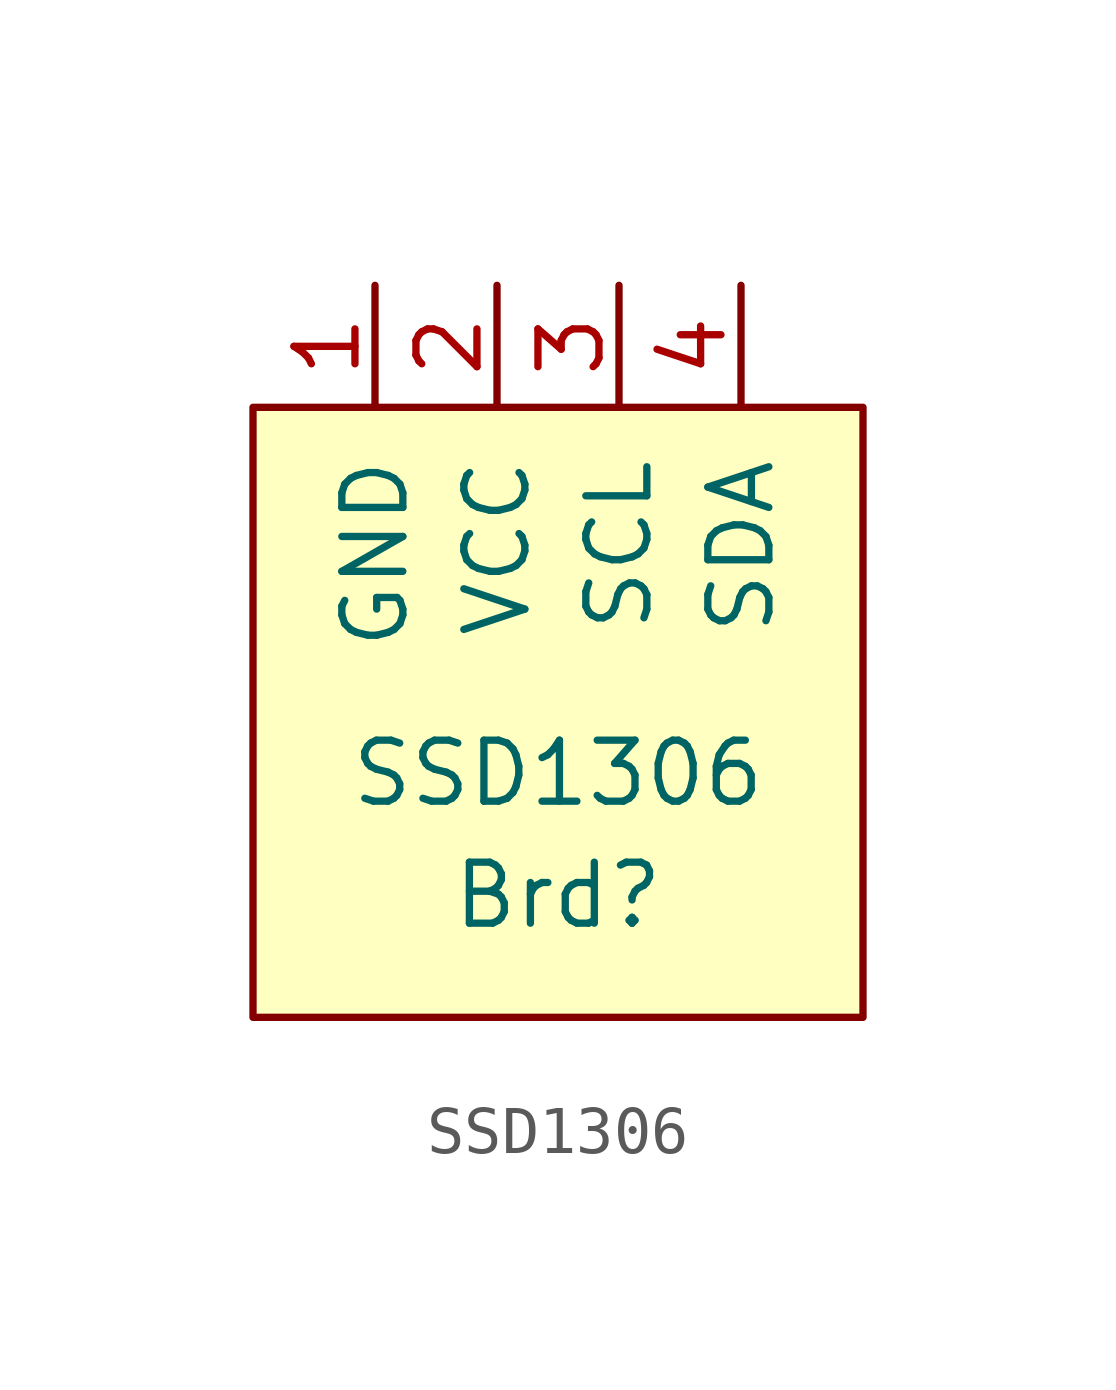
<source format=kicad_sym>
(kicad_symbol_lib
  (version 20241209)
  (generator "kicad_symbol_editor")
  (generator_version "9.0")
  (symbol "SSD1306"
    (pin_names
      (offset 1.016))
    (property "Reference" "Brd"
      (at 0 -3.81 0)
      (effects (font (size 1.27 1.27))))
    (property "Value" "SSD1306"
      (at 0 -1.27 0)
      (effects (font (size 1.27 1.27))))
    (symbol "SSD1306_0_1"
      (rectangle (start -6.35 6.35) (end 6.35 -6.35) (stroke (width 0) (type solid)) (fill (type background))))
    (symbol "SSD1306_1_1"
      (pin input line (at -3.81 8.89 270) (length 2.54) (name "GND" (effects (font (size 1.27 1.27)))) (number "1" (effects (font (size 1.27 1.27)))))
      (pin input line (at -1.27 8.89 270) (length 2.54) (name "VCC" (effects (font (size 1.27 1.27)))) (number "2" (effects (font (size 1.27 1.27)))))
      (pin input line (at 1.27 8.89 270) (length 2.54) (name "SCL" (effects (font (size 1.27 1.27)))) (number "3" (effects (font (size 1.27 1.27)))))
      (pin input line (at 3.81 8.89 270) (length 2.54) (name "SDA" (effects (font (size 1.27 1.27)))) (number "4" (effects (font (size 1.27 1.27))))))))
</source>
